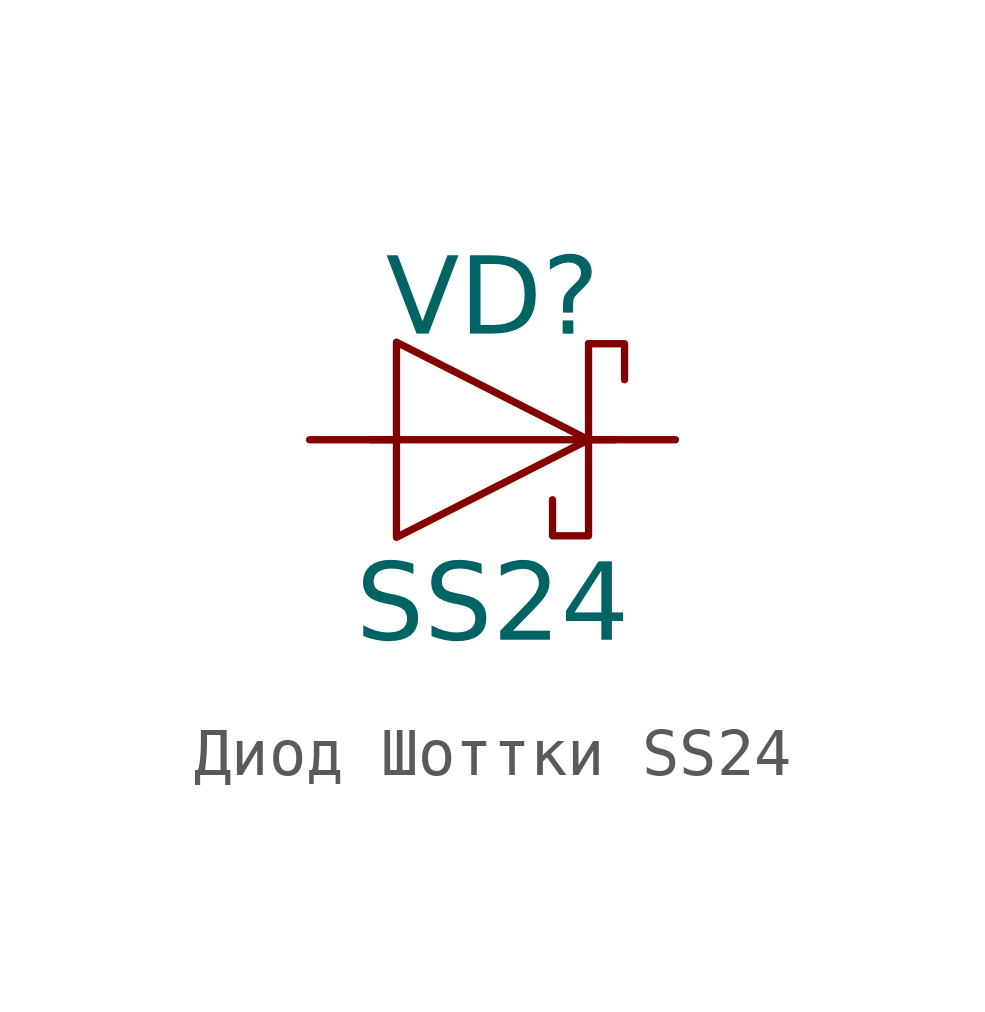
<source format=kicad_sym>
(kicad_symbol_lib
  (version 20231120)
  (generator "kicad_symbol_editor")
  (generator_version "8.0")
  (symbol "Диод Шоттки SS24"
    (pin_numbers hide)
    (pin_names
      (offset 0) hide)
    (property "Reference" "VD"
      (at 3.81 3.81 0)
      (effects (font (face "GOST type A") (size 1.6 1.6) (italic yes)) (justify top)))
    (property "Value" "SS24"
      (at 3.81 -3.5 0)
      (effects (font (face "GOST type A") (size 1.6 1.6) (italic yes))))
    (symbol "Диод Шоттки SS24_0_1"
      (polyline (pts (xy 1.27 0) (xy 6.35 0)) (stroke (width 0) (type default)) (fill (type none)))
      (polyline (pts (xy 5.81 2) (xy 6.56 2) (xy 6.56 1.25)) (stroke (width 0) (type default)) (fill (type none)))
      (polyline (pts (xy 5.81 2) (xy 5.81 -2) (xy 5.06 -2) (xy 5.06 -1.25)) (stroke (width 0) (type default)) (fill (type none)))
      (polyline (pts (xy 1.81 0) (xy 1.81 2.032) (xy 5.81 0) (xy 5.81 0) (xy 1.81 -2.032) (xy 1.81 0)) (stroke (width 0) (type default)) (fill (type none))))
    (symbol "Диод Шоттки SS24_1_1"
      (pin passive line (at 7.62 0 180) (length 1.81) (name "K" (effects (font (size 1.27 1.27)))) (number "1" (effects (font (size 1.27 1.27)))))
      (pin passive line (at 0 0 0) (length 1.81) (name "A" (effects (font (size 1.27 1.27)))) (number "2" (effects (font (size 1.27 1.27))))))))
</source>
